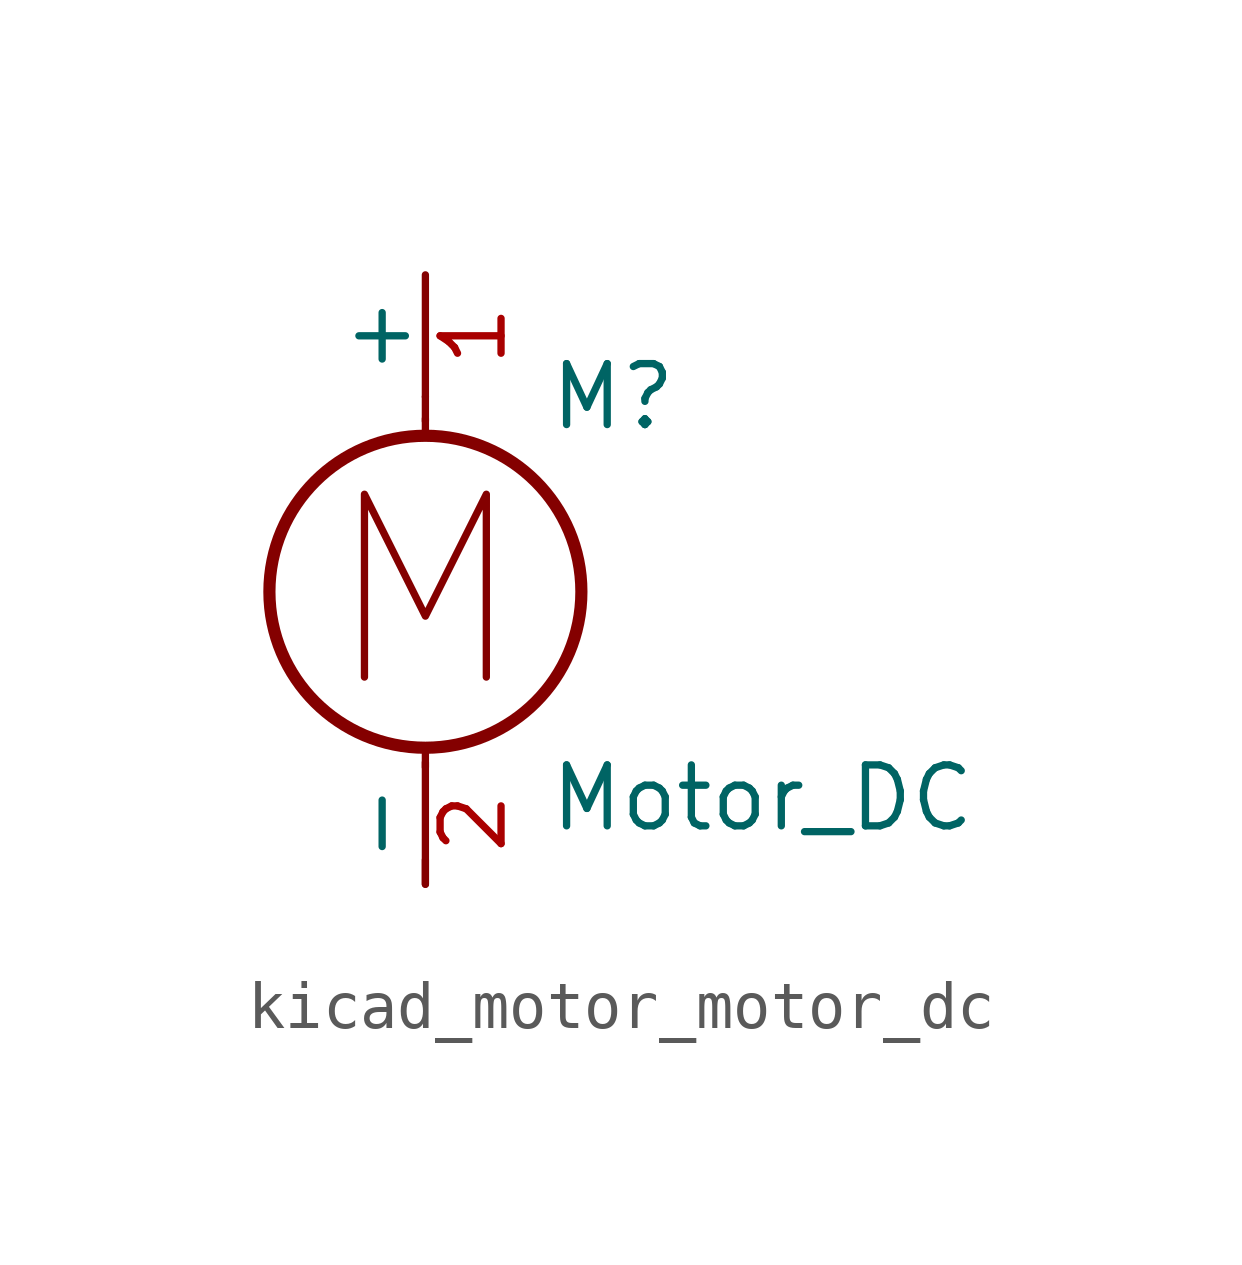
<source format=kicad_sym>
(kicad_symbol_lib
  (version 20220914)
  (generator kicad_symbol_editor)
  (symbol "kicad_motor_motor_dc"
    (pin_names
      (offset 0))
    (property "Reference" "M"
      (at 2.54 2.54 0)
      (effects (font (size 1.27 1.27)) (justify left)))
    (property "Value" "Motor_DC"
      (at 2.54 -5.08 0)
      (effects (font (size 1.27 1.27)) (justify left top)))
    (symbol "kicad_motor_motor_dc_0_0"
      (polyline (pts (xy -1.27 -3.302) (xy -1.27 0.508) (xy 0 -2.032) (xy 1.27 0.508) (xy 1.27 -3.302)) (stroke (width 0) (type default)) (fill (type none))))
    (symbol "kicad_motor_motor_dc_0_1"
      (circle (center 0 -1.524) (radius 3.251) (stroke (width 0.254) (type default)) (fill (type none)))
      (polyline (pts (xy 0 -7.62) (xy 0 -7.112)) (stroke (width 0) (type default)) (fill (type none)))
      (polyline (pts (xy 0 -4.775) (xy 0 -5.182)) (stroke (width 0) (type default)) (fill (type none)))
      (polyline (pts (xy 0 1.727) (xy 0 2.083)) (stroke (width 0) (type default)) (fill (type none)))
      (polyline (pts (xy 0 2.032) (xy 0 2.54)) (stroke (width 0) (type default)) (fill (type none))))
    (symbol "kicad_motor_motor_dc_1_1"
      (pin passive line (at 0 5.08 270) (length 2.54) (name "+" (effects (font (size 1.27 1.27)))) (number "1" (effects (font (size 1.27 1.27)))))
      (pin passive line (at 0 -7.62 90) (length 2.54) (name "-" (effects (font (size 1.27 1.27)))) (number "2" (effects (font (size 1.27 1.27))))))))
</source>
